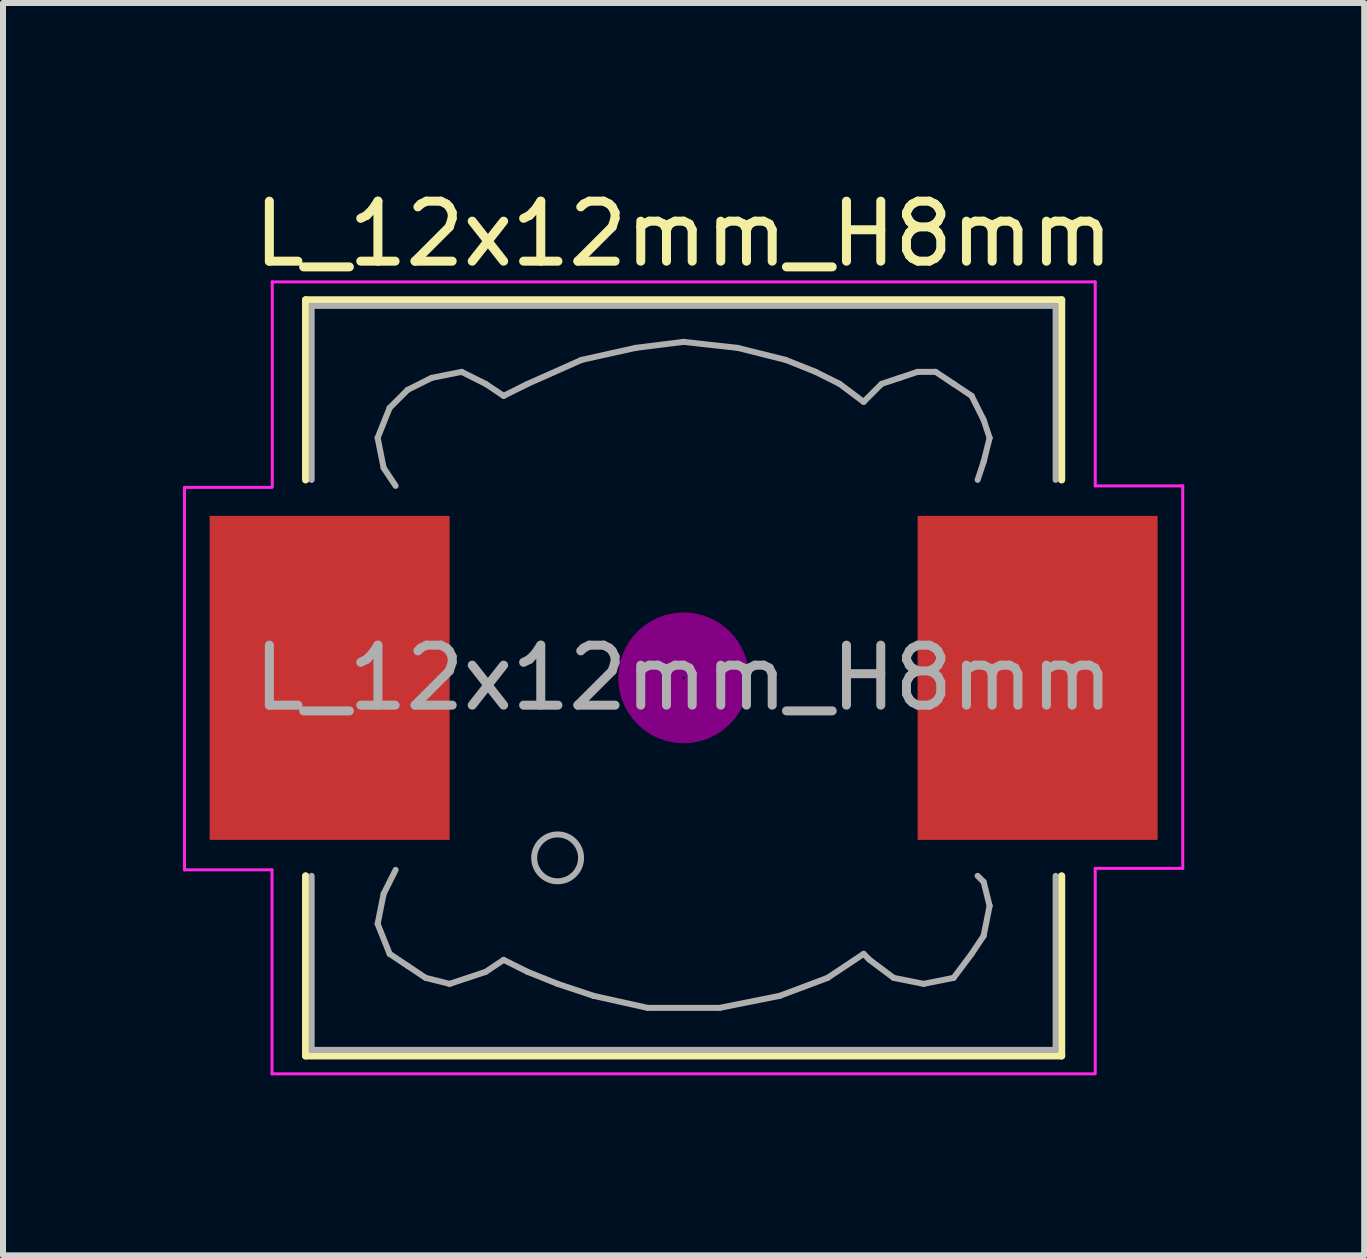
<source format=kicad_pcb>
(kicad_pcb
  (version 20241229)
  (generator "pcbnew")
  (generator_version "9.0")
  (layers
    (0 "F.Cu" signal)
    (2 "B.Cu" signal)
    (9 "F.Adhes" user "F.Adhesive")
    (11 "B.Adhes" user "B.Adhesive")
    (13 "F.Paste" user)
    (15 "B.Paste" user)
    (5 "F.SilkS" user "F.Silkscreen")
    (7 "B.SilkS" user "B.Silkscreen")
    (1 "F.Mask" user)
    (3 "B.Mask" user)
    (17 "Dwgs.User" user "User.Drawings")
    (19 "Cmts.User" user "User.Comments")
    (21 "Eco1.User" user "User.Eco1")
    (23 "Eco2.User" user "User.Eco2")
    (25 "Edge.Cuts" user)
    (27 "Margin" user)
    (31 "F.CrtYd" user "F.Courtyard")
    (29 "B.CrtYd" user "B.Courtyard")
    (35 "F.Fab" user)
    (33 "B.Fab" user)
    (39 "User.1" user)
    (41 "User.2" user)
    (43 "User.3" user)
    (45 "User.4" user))
  (footprint "L_12x12mm_H8mm"
    (layer "F.Cu")
    (at 8.344 8.248)
    (property "Reference" "L_12x12mm_H8mm" (at 0 -7.4 0) (layer "F.SilkS") (effects (font (size 1 1) (thickness 0.15))))
    (attr smd)
    (fp_line (start -6.3 -6.3) (end 6.3 -6.3) (stroke (width 0.12) (type solid)) (layer "F.SilkS"))
    (fp_line (start -6.3 -3.3) (end -6.3 -6.3) (stroke (width 0.12) (type solid)) (layer "F.SilkS"))
    (fp_line (start -6.3 6.3) (end -6.3 3.3) (stroke (width 0.12) (type solid)) (layer "F.SilkS"))
    (fp_line (start 6.3 -6.3) (end 6.3 -3.3) (stroke (width 0.12) (type solid)) (layer "F.SilkS"))
    (fp_line (start 6.3 3.3) (end 6.3 6.3) (stroke (width 0.12) (type solid)) (layer "F.SilkS"))
    (fp_line (start 6.3 6.3) (end -6.3 6.3) (stroke (width 0.12) (type solid)) (layer "F.SilkS"))
    (fp_circle (center 0 0) (end 0.15 0.15) (stroke (width 0.38) (type solid)) (fill no) (layer "F.Adhes"))
    (fp_circle (center 0 0) (end 0.55 0) (stroke (width 0.38) (type solid)) (fill no) (layer "F.Adhes"))
    (fp_circle (center 0 0) (end 0.9 0) (stroke (width 0.38) (type solid)) (fill no) (layer "F.Adhes"))
    (fp_line (start -8.319 -3.175) (end -6.858 -3.175) (stroke (width 0.05) (type solid)) (layer "F.CrtYd"))
    (fp_line (start -8.319 3.2) (end -8.319 -3.175) (stroke (width 0.05) (type solid)) (layer "F.CrtYd"))
    (fp_line (start -6.86 -6.6) (end 6.86 -6.6) (stroke (width 0.05) (type solid)) (layer "F.CrtYd"))
    (fp_line (start -6.86 3.2) (end -8.319 3.2) (stroke (width 0.05) (type solid)) (layer "F.CrtYd"))
    (fp_line (start -6.86 3.2) (end -6.86 6.6) (stroke (width 0.05) (type solid)) (layer "F.CrtYd"))
    (fp_line (start -6.856 -6.6) (end -6.856 -3.2) (stroke (width 0.05) (type solid)) (layer "F.CrtYd"))
    (fp_line (start 6.86 -6.6) (end 6.86 -3.2) (stroke (width 0.05) (type solid)) (layer "F.CrtYd"))
    (fp_line (start 6.86 -3.2) (end 8.319 -3.2) (stroke (width 0.05) (type solid)) (layer "F.CrtYd"))
    (fp_line (start 6.86 3.179) (end 6.86 6.579) (stroke (width 0.05) (type solid)) (layer "F.CrtYd"))
    (fp_line (start 6.86 6.6) (end -6.86 6.6) (stroke (width 0.05) (type solid)) (layer "F.CrtYd"))
    (fp_line (start 8.319 -3.2) (end 8.319 3.175) (stroke (width 0.05) (type solid)) (layer "F.CrtYd"))
    (fp_line (start 8.319 3.175) (end 6.858 3.175) (stroke (width 0.05) (type solid)) (layer "F.CrtYd"))
    (fp_line (start -6.2 -6.2) (end -6.2 -3.3) (stroke (width 0.1) (type solid)) (layer "F.Fab"))
    (fp_line (start -6.2 3.3) (end -6.2 6.2) (stroke (width 0.1) (type solid)) (layer "F.Fab"))
    (fp_line (start -6.2 6.2) (end 6.2 6.2) (stroke (width 0.1) (type solid)) (layer "F.Fab"))
    (fp_line (start -5.1 -4) (end -5 -3.5) (stroke (width 0.1) (type solid)) (layer "F.Fab"))
    (fp_line (start -5.1 4.1) (end -5 3.6) (stroke (width 0.1) (type solid)) (layer "F.Fab"))
    (fp_line (start -5 -3.5) (end -4.8 -3.2) (stroke (width 0.1) (type solid)) (layer "F.Fab"))
    (fp_line (start -5 3.6) (end -4.8 3.2) (stroke (width 0.1) (type solid)) (layer "F.Fab"))
    (fp_line (start -4.9 -4.5) (end -5.1 -4) (stroke (width 0.1) (type solid)) (layer "F.Fab"))
    (fp_line (start -4.9 4.6) (end -5.1 4.1) (stroke (width 0.1) (type solid)) (layer "F.Fab"))
    (fp_line (start -4.6 -4.8) (end -4.9 -4.5) (stroke (width 0.1) (type solid)) (layer "F.Fab"))
    (fp_line (start -4.6 4.8) (end -4.9 4.6) (stroke (width 0.1) (type solid)) (layer "F.Fab"))
    (fp_line (start -4.3 5) (end -4.6 4.8) (stroke (width 0.1) (type solid)) (layer "F.Fab"))
    (fp_line (start -4.2 -5) (end -4.6 -4.8) (stroke (width 0.1) (type solid)) (layer "F.Fab"))
    (fp_line (start -3.9 5.1) (end -4.3 5) (stroke (width 0.1) (type solid)) (layer "F.Fab"))
    (fp_line (start -3.7 -5.1) (end -4.2 -5) (stroke (width 0.1) (type solid)) (layer "F.Fab"))
    (fp_line (start -3.3 -4.9) (end -3.7 -5.1) (stroke (width 0.1) (type solid)) (layer "F.Fab"))
    (fp_line (start -3.3 4.9) (end -3.9 5.1) (stroke (width 0.1) (type solid)) (layer "F.Fab"))
    (fp_line (start -3 -4.7) (end -3.3 -4.9) (stroke (width 0.1) (type solid)) (layer "F.Fab"))
    (fp_line (start -3 4.7) (end -3.3 4.9) (stroke (width 0.1) (type solid)) (layer "F.Fab"))
    (fp_line (start -2.6 -4.9) (end -3 -4.7) (stroke (width 0.1) (type solid)) (layer "F.Fab"))
    (fp_line (start -2.6 4.9) (end -3 4.7) (stroke (width 0.1) (type solid)) (layer "F.Fab"))
    (fp_line (start -2.1 5.1) (end -2.6 4.9) (stroke (width 0.1) (type solid)) (layer "F.Fab"))
    (fp_line (start -1.7 -5.3) (end -2.6 -4.9) (stroke (width 0.1) (type solid)) (layer "F.Fab"))
    (fp_line (start -1.5 5.3) (end -2.1 5.1) (stroke (width 0.1) (type solid)) (layer "F.Fab"))
    (fp_line (start -0.8 -5.5) (end -1.7 -5.3) (stroke (width 0.1) (type solid)) (layer "F.Fab"))
    (fp_line (start -0.6 5.5) (end -1.5 5.3) (stroke (width 0.1) (type solid)) (layer "F.Fab"))
    (fp_line (start 0 -5.6) (end -0.8 -5.5) (stroke (width 0.1) (type solid)) (layer "F.Fab"))
    (fp_line (start 0.6 5.5) (end -0.6 5.5) (stroke (width 0.1) (type solid)) (layer "F.Fab"))
    (fp_line (start 0.9 -5.5) (end 0 -5.6) (stroke (width 0.1) (type solid)) (layer "F.Fab"))
    (fp_line (start 1.6 5.3) (end 0.6 5.5) (stroke (width 0.1) (type solid)) (layer "F.Fab"))
    (fp_line (start 1.7 -5.3) (end 0.9 -5.5) (stroke (width 0.1) (type solid)) (layer "F.Fab"))
    (fp_line (start 2.2 -5.1) (end 1.7 -5.3) (stroke (width 0.1) (type solid)) (layer "F.Fab"))
    (fp_line (start 2.4 5) (end 1.6 5.3) (stroke (width 0.1) (type solid)) (layer "F.Fab"))
    (fp_line (start 2.6 -4.9) (end 2.2 -5.1) (stroke (width 0.1) (type solid)) (layer "F.Fab"))
    (fp_line (start 3 -4.6) (end 2.6 -4.9) (stroke (width 0.1) (type solid)) (layer "F.Fab"))
    (fp_line (start 3 4.6) (end 2.4 5) (stroke (width 0.1) (type solid)) (layer "F.Fab"))
    (fp_line (start 3.1 4.7) (end 3 4.6) (stroke (width 0.1) (type solid)) (layer "F.Fab"))
    (fp_line (start 3.3 -4.9) (end 3 -4.6) (stroke (width 0.1) (type solid)) (layer "F.Fab"))
    (fp_line (start 3.5 5) (end 3.1 4.7) (stroke (width 0.1) (type solid)) (layer "F.Fab"))
    (fp_line (start 3.6 -5) (end 3.3 -4.9) (stroke (width 0.1) (type solid)) (layer "F.Fab"))
    (fp_line (start 3.9 -5.1) (end 3.6 -5) (stroke (width 0.1) (type solid)) (layer "F.Fab"))
    (fp_line (start 4 5.1) (end 3.5 5) (stroke (width 0.1) (type solid)) (layer "F.Fab"))
    (fp_line (start 4.2 -5.1) (end 3.9 -5.1) (stroke (width 0.1) (type solid)) (layer "F.Fab"))
    (fp_line (start 4.5 -4.9) (end 4.2 -5.1) (stroke (width 0.1) (type solid)) (layer "F.Fab"))
    (fp_line (start 4.5 5) (end 4 5.1) (stroke (width 0.1) (type solid)) (layer "F.Fab"))
    (fp_line (start 4.8 -4.7) (end 4.5 -4.9) (stroke (width 0.1) (type solid)) (layer "F.Fab"))
    (fp_line (start 4.8 4.6) (end 4.5 5) (stroke (width 0.1) (type solid)) (layer "F.Fab"))
    (fp_line (start 4.9 -3.3) (end 5 -3.6) (stroke (width 0.1) (type solid)) (layer "F.Fab"))
    (fp_line (start 4.9 3.3) (end 5 3.4) (stroke (width 0.1) (type solid)) (layer "F.Fab"))
    (fp_line (start 5 -4.3) (end 4.8 -4.7) (stroke (width 0.1) (type solid)) (layer "F.Fab"))
    (fp_line (start 5 -3.6) (end 5.1 -4) (stroke (width 0.1) (type solid)) (layer "F.Fab"))
    (fp_line (start 5 3.4) (end 5.1 3.8) (stroke (width 0.1) (type solid)) (layer "F.Fab"))
    (fp_line (start 5 4.3) (end 4.8 4.6) (stroke (width 0.1) (type solid)) (layer "F.Fab"))
    (fp_line (start 5.1 -4) (end 5 -4.3) (stroke (width 0.1) (type solid)) (layer "F.Fab"))
    (fp_line (start 5.1 3.8) (end 5 4.3) (stroke (width 0.1) (type solid)) (layer "F.Fab"))
    (fp_line (start 6.2 -6.2) (end -6.2 -6.2) (stroke (width 0.1) (type solid)) (layer "F.Fab"))
    (fp_line (start 6.2 -6.2) (end 6.2 -3.3) (stroke (width 0.1) (type solid)) (layer "F.Fab"))
    (fp_line (start 6.2 6.2) (end 6.2 3.3) (stroke (width 0.1) (type solid)) (layer "F.Fab"))
    (fp_circle (center -2.1 3) (end -1.8 3.25) (stroke (width 0.1) (type solid)) (fill no) (layer "F.Fab"))
    (fp_text user "${REFERENCE}" (at 0 0 0) (layer "F.Fab") (effects (font (size 1 1) (thickness 0.15))))
    (pad "1" smd rect (at -5.9 0) (size 4 5.4) (layers "F.Cu" "F.Mask" "F.Paste"))
    (pad "2" smd rect (at 5.9 0) (size 4 5.4) (layers "F.Cu" "F.Mask" "F.Paste")))
  (gr_rect
    (start -3 -3)
    (end 19.687 17.873)
    (stroke (width 0.1) (type default))
    (fill no)
    (layer "Edge.Cuts")))
</source>
